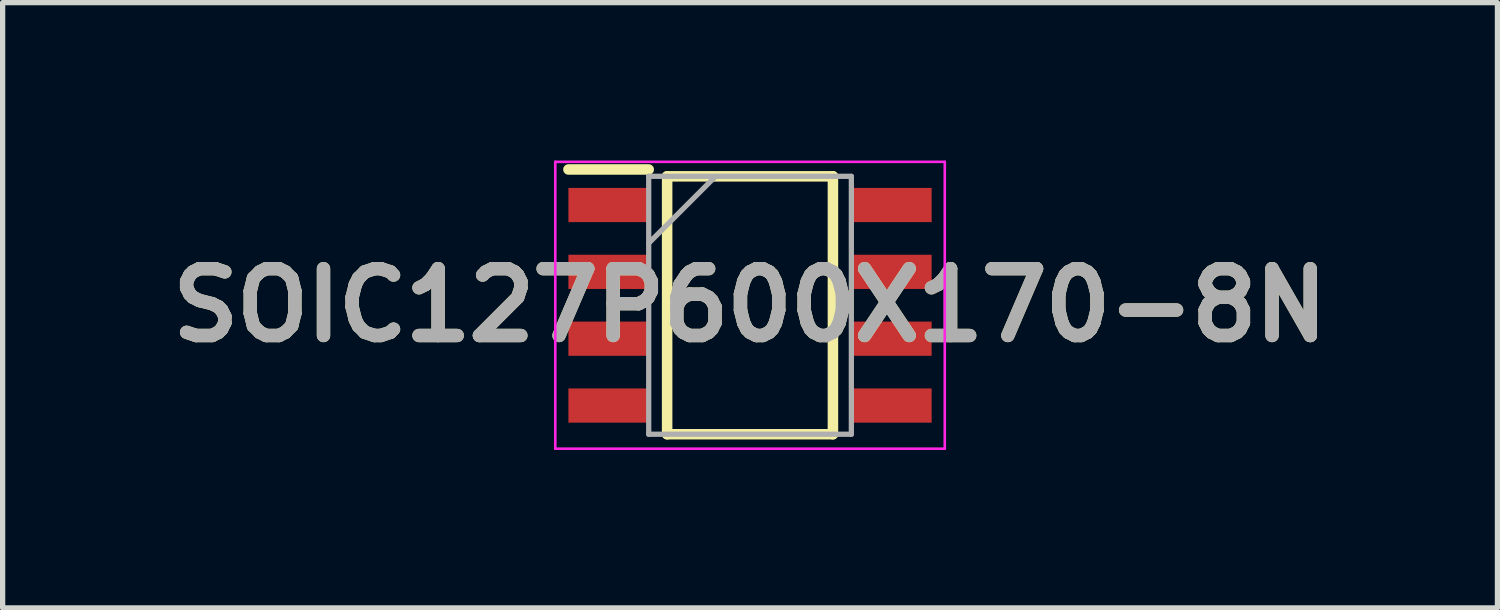
<source format=kicad_pcb>
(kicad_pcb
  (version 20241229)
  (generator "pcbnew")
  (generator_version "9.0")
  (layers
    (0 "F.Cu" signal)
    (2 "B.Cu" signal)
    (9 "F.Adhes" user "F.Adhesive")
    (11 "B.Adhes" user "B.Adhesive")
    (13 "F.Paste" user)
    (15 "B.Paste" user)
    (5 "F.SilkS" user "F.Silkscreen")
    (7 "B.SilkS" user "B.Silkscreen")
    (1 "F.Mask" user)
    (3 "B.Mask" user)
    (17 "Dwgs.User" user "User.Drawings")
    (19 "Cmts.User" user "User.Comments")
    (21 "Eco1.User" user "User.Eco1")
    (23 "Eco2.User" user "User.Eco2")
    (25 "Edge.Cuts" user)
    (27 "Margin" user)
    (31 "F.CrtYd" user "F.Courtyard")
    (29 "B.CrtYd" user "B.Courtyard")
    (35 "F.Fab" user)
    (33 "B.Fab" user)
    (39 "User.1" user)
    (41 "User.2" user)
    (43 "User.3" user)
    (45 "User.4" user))
  (footprint "SOIC127P600X170-8N"
    (layer "F.Cu")
    (at 11.2 2.75)
    (property "Reference" "SOIC127P600X170-8N" (at 0 0 0) (layer "F.SilkS") (effects (font (size 1.27 1.27) (thickness 0.254))))
    (attr smd)
    (fp_line (start -3.45 -2.58) (end -1.925 -2.58) (stroke (width 0.2) (type solid)) (layer "F.SilkS"))
    (fp_line (start -1.575 -2.45) (end 1.575 -2.45) (stroke (width 0.2) (type solid)) (layer "F.SilkS"))
    (fp_line (start -1.575 2.45) (end -1.575 -2.45) (stroke (width 0.2) (type solid)) (layer "F.SilkS"))
    (fp_line (start 1.575 -2.45) (end 1.575 2.45) (stroke (width 0.2) (type solid)) (layer "F.SilkS"))
    (fp_line (start 1.575 2.45) (end -1.575 2.45) (stroke (width 0.2) (type solid)) (layer "F.SilkS"))
    (fp_line (start -3.7 -2.725) (end 3.7 -2.725) (stroke (width 0.05) (type solid)) (layer "F.CrtYd"))
    (fp_line (start -3.7 2.725) (end -3.7 -2.725) (stroke (width 0.05) (type solid)) (layer "F.CrtYd"))
    (fp_line (start 3.7 -2.725) (end 3.7 2.725) (stroke (width 0.05) (type solid)) (layer "F.CrtYd"))
    (fp_line (start 3.7 2.725) (end -3.7 2.725) (stroke (width 0.05) (type solid)) (layer "F.CrtYd"))
    (fp_line (start -1.925 -2.45) (end 1.925 -2.45) (stroke (width 0.1) (type solid)) (layer "F.Fab"))
    (fp_line (start -1.925 -1.18) (end -0.655 -2.45) (stroke (width 0.1) (type solid)) (layer "F.Fab"))
    (fp_line (start -1.925 2.45) (end -1.925 -2.45) (stroke (width 0.1) (type solid)) (layer "F.Fab"))
    (fp_line (start 1.925 -2.45) (end 1.925 2.45) (stroke (width 0.1) (type solid)) (layer "F.Fab"))
    (fp_line (start 1.925 2.45) (end -1.925 2.45) (stroke (width 0.1) (type solid)) (layer "F.Fab"))
    (fp_text user "${REFERENCE}" (at 0 0 0) (layer "F.Fab") (effects (font (size 1.27 1.27) (thickness 0.254))))
    (pad "1" smd rect (at -2.688 -1.905 90) (size 0.65 1.525) (layers "F.Cu" "F.Mask" "F.Paste"))
    (pad "2" smd rect (at -2.688 -0.635 90) (size 0.65 1.525) (layers "F.Cu" "F.Mask" "F.Paste"))
    (pad "3" smd rect (at -2.688 0.635 90) (size 0.65 1.525) (layers "F.Cu" "F.Mask" "F.Paste"))
    (pad "4" smd rect (at -2.688 1.905 90) (size 0.65 1.525) (layers "F.Cu" "F.Mask" "F.Paste"))
    (pad "5" smd rect (at 2.688 1.905 90) (size 0.65 1.525) (layers "F.Cu" "F.Mask" "F.Paste"))
    (pad "6" smd rect (at 2.688 0.635 90) (size 0.65 1.525) (layers "F.Cu" "F.Mask" "F.Paste"))
    (pad "7" smd rect (at 2.688 -0.635 90) (size 0.65 1.525) (layers "F.Cu" "F.Mask" "F.Paste"))
    (pad "8" smd rect (at 2.688 -1.905 90) (size 0.65 1.525) (layers "F.Cu" "F.Mask" "F.Paste")))
  (gr_rect
    (start -3 -3)
    (end 25.4 8.5)
    (stroke (width 0.1) (type default))
    (fill no)
    (layer "Edge.Cuts")))
</source>
